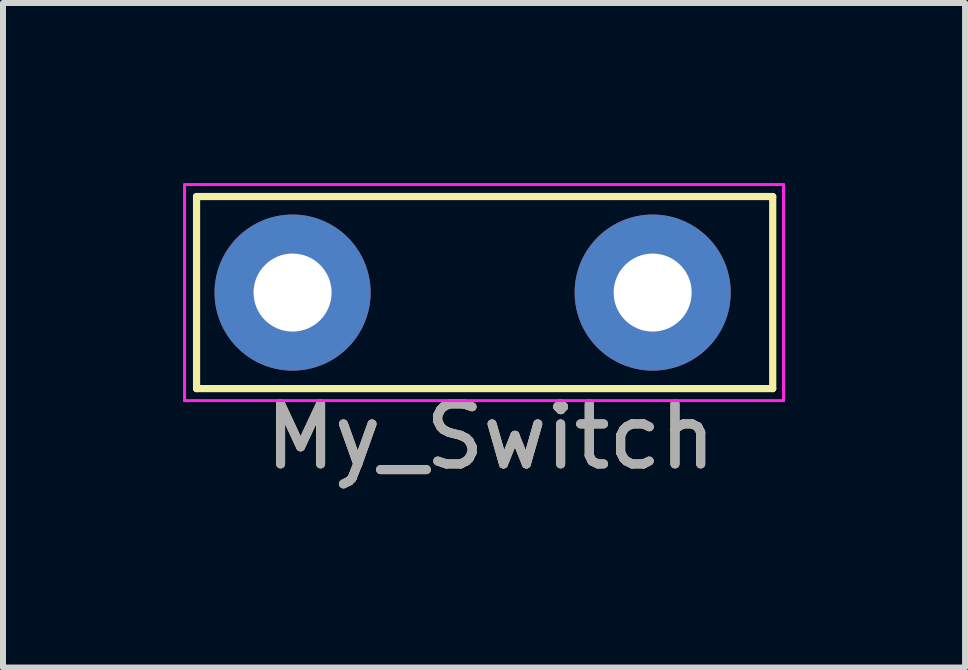
<source format=kicad_pcb>
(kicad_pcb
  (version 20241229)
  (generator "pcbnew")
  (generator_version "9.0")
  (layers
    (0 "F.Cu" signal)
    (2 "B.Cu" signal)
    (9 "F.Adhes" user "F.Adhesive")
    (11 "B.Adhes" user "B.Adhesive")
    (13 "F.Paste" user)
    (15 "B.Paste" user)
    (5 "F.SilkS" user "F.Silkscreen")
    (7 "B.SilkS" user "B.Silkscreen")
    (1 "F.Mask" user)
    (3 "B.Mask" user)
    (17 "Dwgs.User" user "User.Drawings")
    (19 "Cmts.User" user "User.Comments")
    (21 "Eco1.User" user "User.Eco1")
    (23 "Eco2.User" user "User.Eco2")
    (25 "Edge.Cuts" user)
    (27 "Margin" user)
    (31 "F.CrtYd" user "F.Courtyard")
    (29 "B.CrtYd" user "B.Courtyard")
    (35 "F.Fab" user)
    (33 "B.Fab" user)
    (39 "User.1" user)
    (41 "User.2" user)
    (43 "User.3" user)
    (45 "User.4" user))
  (footprint "My_Switch"
    (layer "F.Cu")
    (at 1.825 1.825)
    (property "Reference" "My_Switch" (at 3.3 2.4 180) (layer "F.SilkS") (effects (font (size 1 1) (thickness 0.15))))
    (attr through_hole)
    (fp_line (start -1.6 -1.6) (end 8 -1.6) (stroke (width 0.12) (type solid)) (layer "F.SilkS"))
    (fp_line (start -1.6 1.6) (end -1.6 -1.6) (stroke (width 0.12) (type solid)) (layer "F.SilkS"))
    (fp_line (start 8 -1.6) (end 8 1.6) (stroke (width 0.12) (type solid)) (layer "F.SilkS"))
    (fp_line (start 8 1.6) (end -1.6 1.6) (stroke (width 0.12) (type solid)) (layer "F.SilkS"))
    (fp_line (start -1.8 -1.8) (end -1.8 1.8) (stroke (width 0.05) (type solid)) (layer "F.CrtYd"))
    (fp_line (start -1.8 -1.8) (end 8.18 -1.8) (stroke (width 0.05) (type solid)) (layer "F.CrtYd"))
    (fp_line (start 8.18 1.8) (end -1.8 1.8) (stroke (width 0.05) (type solid)) (layer "F.CrtYd"))
    (fp_line (start 8.18 1.8) (end 8.18 -1.8) (stroke (width 0.05) (type solid)) (layer "F.CrtYd"))
    (fp_text user "${REFERENCE}" (at 3.3 2.4 180) (layer "F.Fab") (effects (font (size 1 1) (thickness 0.15))))
    (pad "1" thru_hole circle (at 0 0) (size 2.6 2.6) (drill 1.3) (layers "*.Cu" "*.Mask"))
    (pad "2" thru_hole circle (at 6 0) (size 2.6 2.6) (drill 1.3) (layers "*.Cu" "*.Mask")))
  (gr_rect
    (start -3 -3)
    (end 13.03 8.073)
    (stroke (width 0.1) (type default))
    (fill no)
    (layer "Edge.Cuts")))
</source>
